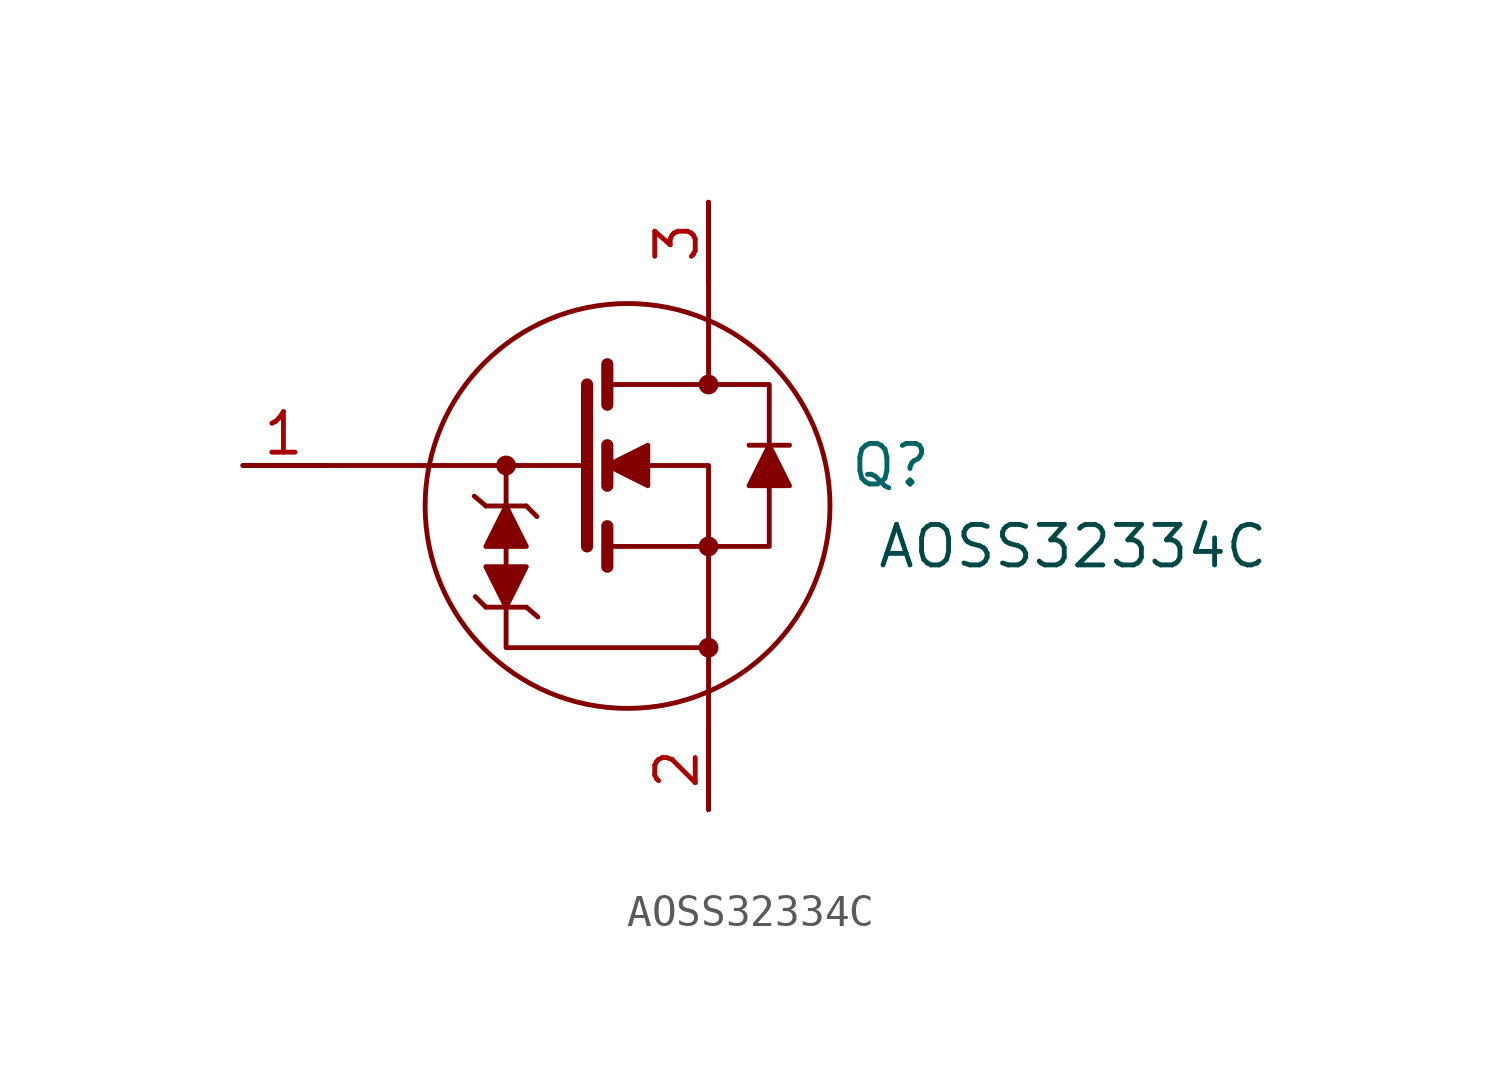
<source format=kicad_sym>
(kicad_symbol_lib
  (version 20231120)
  (generator "kicad_symbol_editor")
  (generator_version "8.0")
  (symbol "AOSS32334C"
    (property "Reference" "Q"
      (at 0 0 0)
      (effects (font (size 1.27 1.27))))
    (property "Value" ""
      (at 0 0 0)
      (effects (font (size 1.27 1.27))))
    (symbol "AOSS32334C_1_1"
      (circle (center -12.065 0) (radius 0.234) (stroke (width 0) (type default)) (fill (type outline)))
      (circle (center -8.255 -1.27) (radius 6.35) (stroke (width 0) (type default)) (fill (type none)))
      (circle (center -5.715 -5.715) (radius 0.234) (stroke (width 0) (type default)) (fill (type outline)))
      (circle (center -5.715 -2.54) (radius 0.234) (stroke (width 0) (type default)) (fill (type outline)))
      (circle (center -5.715 2.54) (radius 0.234) (stroke (width 0) (type default)) (fill (type outline)))
      (polyline (pts (xy -12.7 -4.445) (xy -13.032 -4.113)) (stroke (width 0) (type default)) (fill (type none)))
      (polyline (pts (xy -12.7 -1.27) (xy -13.063 -0.962)) (stroke (width 0) (type default)) (fill (type none)))
      (polyline (pts (xy -12.7 -1.27) (xy -11.43 -1.27)) (stroke (width 0) (type default)) (fill (type none)))
      (polyline (pts (xy -11.43 -4.445) (xy -12.7 -4.445)) (stroke (width 0) (type default)) (fill (type none)))
      (polyline (pts (xy -11.43 -4.445) (xy -11.067 -4.753)) (stroke (width 0) (type default)) (fill (type none)))
      (polyline (pts (xy -11.43 -1.27) (xy -11.098 -1.602)) (stroke (width 0) (type default)) (fill (type none)))
      (polyline (pts (xy -9.525 0) (xy -20.32 0)) (stroke (width 0) (type default)) (fill (type none)))
      (polyline (pts (xy -9.525 2.54) (xy -9.525 -2.54)) (stroke (width 0.381) (type default)) (fill (type none)))
      (polyline (pts (xy -8.89 -1.905) (xy -8.89 -3.175)) (stroke (width 0.381) (type default)) (fill (type none)))
      (polyline (pts (xy -8.89 0.635) (xy -8.89 -0.635)) (stroke (width 0.381) (type default)) (fill (type none)))
      (polyline (pts (xy -8.89 3.175) (xy -8.89 1.905)) (stroke (width 0.381) (type default)) (fill (type none)))
      (polyline (pts (xy -5.715 -2.54) (xy -5.715 -10.795)) (stroke (width 0) (type default)) (fill (type none)))
      (polyline (pts (xy -5.715 2.54) (xy -5.715 8.255)) (stroke (width 0) (type default)) (fill (type none)))
      (polyline (pts (xy -4.445 0.635) (xy -3.175 0.635)) (stroke (width 0) (type default)) (fill (type none)))
      (polyline (pts (xy -12.065 0) (xy -12.065 -5.715) (xy -5.715 -5.715)) (stroke (width 0) (type default)) (fill (type none)))
      (polyline (pts (xy -12.065 -4.445) (xy -11.43 -3.175) (xy -12.7 -3.175) (xy -12.065 -4.445)) (stroke (width 0) (type default)) (fill (type outline)))
      (polyline (pts (xy -12.065 -1.27) (xy -12.7 -2.54) (xy -11.43 -2.54) (xy -12.065 -1.27)) (stroke (width 0) (type default)) (fill (type outline)))
      (polyline (pts (xy -8.89 0) (xy -7.62 -0.635) (xy -7.62 0.635) (xy -8.89 0)) (stroke (width 0) (type default)) (fill (type outline)))
      (polyline (pts (xy -8.89 0) (xy -5.715 0) (xy -5.715 -2.54) (xy -8.89 -2.54)) (stroke (width 0) (type default)) (fill (type none)))
      (polyline (pts (xy -5.715 -2.54) (xy -3.81 -2.54) (xy -3.81 2.54) (xy -8.89 2.54)) (stroke (width 0) (type default)) (fill (type none)))
      (polyline (pts (xy -3.81 0.635) (xy -4.445 -0.635) (xy -3.175 -0.635) (xy -3.81 0.635)) (stroke (width 0) (type default)) (fill (type outline)))
      (text "AOSS32334C" (at 5.715 -2.54 0) (effects (font (size 1.27 1.27) (color 0 72 72 1))))
      (pin input line (at -20.32 0 0) (length 2.54) (name "" (effects (font (size 1.27 1.27)))) (number "1" (effects (font (size 1.27 1.27)))))
      (pin input line (at -5.715 -10.795 90) (length 2.54) (name "" (effects (font (size 1.27 1.27)))) (number "2" (effects (font (size 1.27 1.27)))))
      (pin output line (at -5.715 8.255 270) (length 2.54) (name "" (effects (font (size 1.27 1.27)))) (number "3" (effects (font (size 1.27 1.27))))))))
</source>
